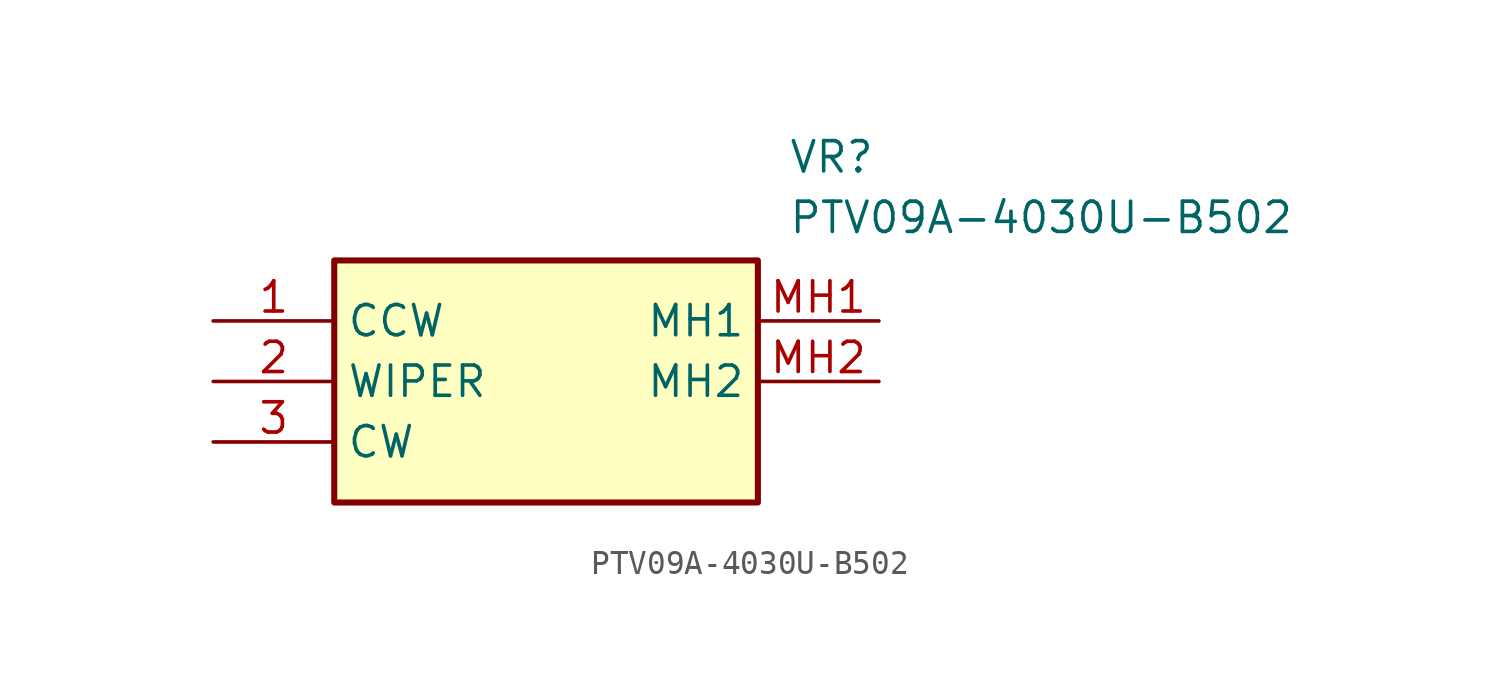
<source format=kicad_sym>
(kicad_symbol_lib
  (version 20211014)
  (generator SamacSys_ECAD_Model)
  (symbol "PTV09A-4030U-B502"
    (property "Reference" "VR"
      (at 24.13 7.62 0)
      (effects (font (size 1.27 1.27)) (justify left top)))
    (property "Value" "PTV09A-4030U-B502"
      (at 24.13 5.08 0)
      (effects (font (size 1.27 1.27)) (justify left top)))
    (rectangle
      (start 5.08 2.54)
      (end 22.86 -7.62)
      (stroke (width 0.254) (type default))
      (fill (type background)))
    (pin passive line
      (at 0 0 0)
      (length 5.08)
      (name "CCW" (effects (font (size 1.27 1.27))))
      (number "1" (effects (font (size 1.27 1.27)))))
    (pin passive line
      (at 0 -2.54 0)
      (length 5.08)
      (name "WIPER" (effects (font (size 1.27 1.27))))
      (number "2" (effects (font (size 1.27 1.27)))))
    (pin passive line
      (at 0 -5.08 0)
      (length 5.08)
      (name "CW" (effects (font (size 1.27 1.27))))
      (number "3" (effects (font (size 1.27 1.27)))))
    (pin passive line
      (at 27.94 0 180)
      (length 5.08)
      (name "MH1" (effects (font (size 1.27 1.27))))
      (number "MH1" (effects (font (size 1.27 1.27)))))
    (pin passive line
      (at 27.94 -2.54 180)
      (length 5.08)
      (name "MH2" (effects (font (size 1.27 1.27))))
      (number "MH2" (effects (font (size 1.27 1.27)))))))
</source>
